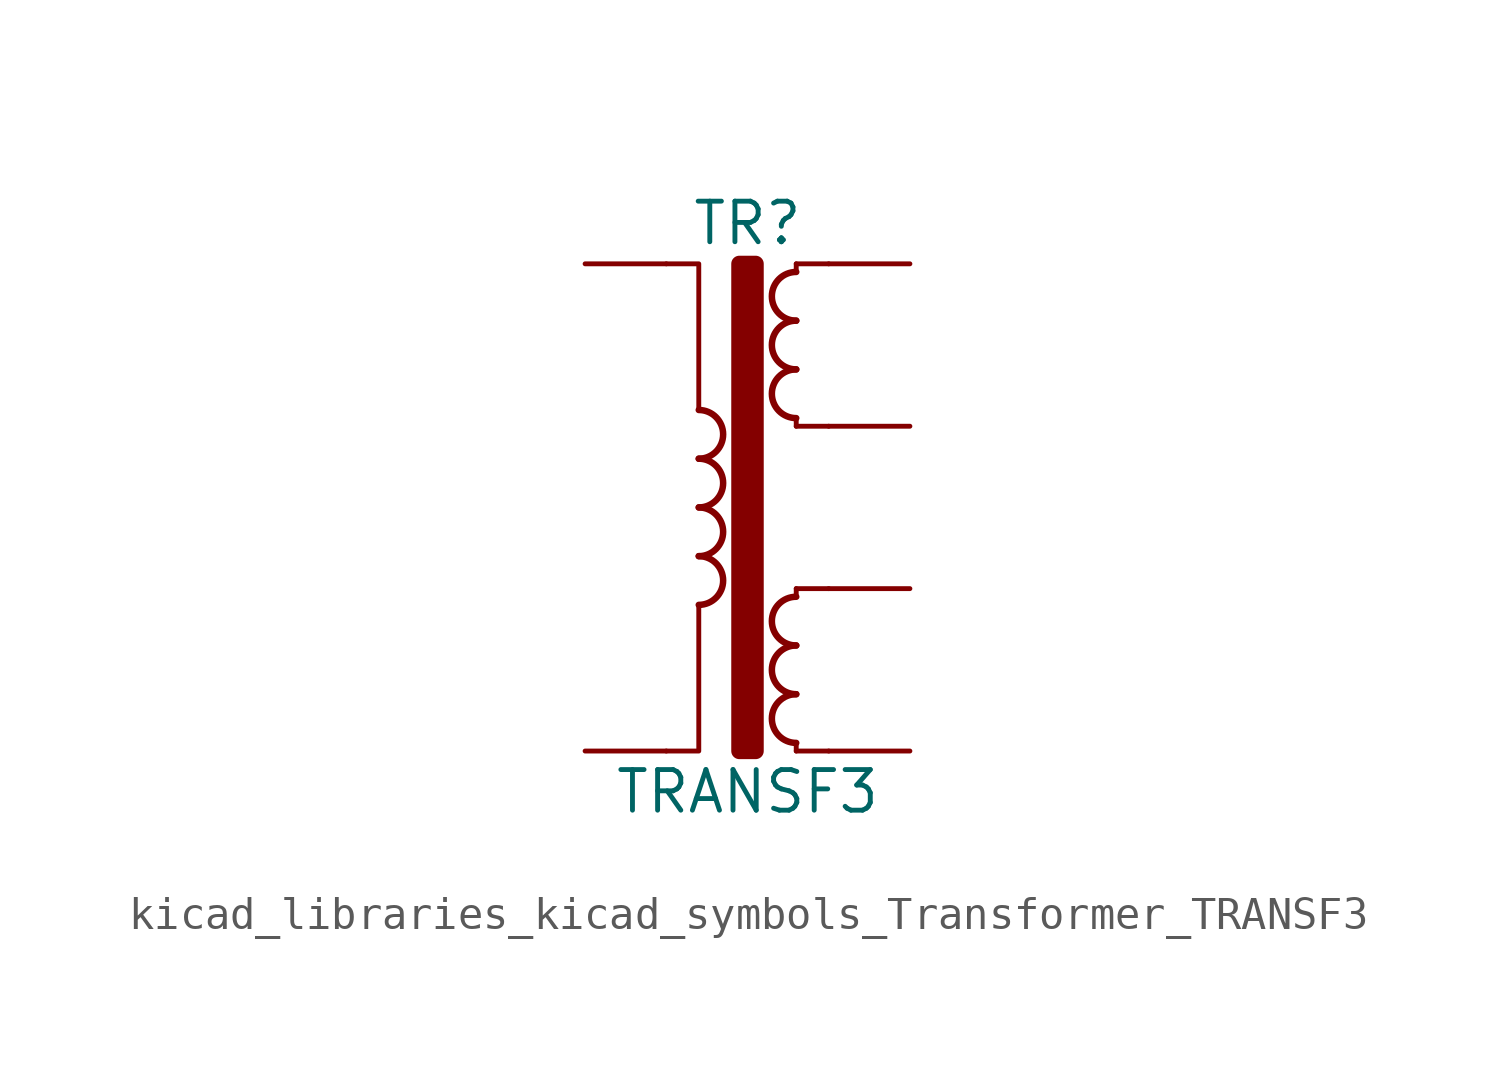
<source format=kicad_sym>
(kicad_symbol_lib
  (version 20220914)
  (generator kicad_symbol_editor)
  (symbol "kicad_libraries_kicad_symbols_Transformer_TRANSF3"
    (pin_numbers hide)
    (pin_names
      (offset 0))
    (property "Reference" "TR"
      (at 0 8.89 0)
      (effects (font (size 1.27 1.27))))
    (property "Value" "TRANSF3"
      (at 0 -8.89 0)
      (effects (font (size 1.27 1.27))))
    (symbol "kicad_libraries_kicad_symbols_Transformer_TRANSF3_0_1"
      (arc (start -1.524 -3.048) (mid -0.7653 -2.286) (end -1.524 -1.524) (stroke (width 0.2032) (type default)) (fill (type none)))
      (arc (start -1.524 -1.524) (mid -0.7653 -0.762) (end -1.524 0) (stroke (width 0.2032) (type default)) (fill (type none)))
      (arc (start -1.524 0) (mid -0.7653 0.762) (end -1.524 1.524) (stroke (width 0.2032) (type default)) (fill (type none)))
      (arc (start -1.524 1.524) (mid -0.7653 2.286) (end -1.524 3.048) (stroke (width 0.2032) (type default)) (fill (type none)))
      (rectangle (start -0.254 7.62) (end 0.254 -7.62) (stroke (width 0.508) (type default)) (fill (type outline)))
      (polyline (pts (xy -1.524 3.048) (xy -1.524 7.62) (xy -2.54 7.62)) (stroke (width 0) (type default)) (fill (type none)))
      (polyline (pts (xy 1.524 -7.366) (xy 1.524 -7.62) (xy 1.524 -7.62)) (stroke (width 0) (type default)) (fill (type outline)))
      (polyline (pts (xy 1.524 -2.54) (xy 1.524 -2.794) (xy 1.524 -2.794)) (stroke (width 0) (type default)) (fill (type outline)))
      (polyline (pts (xy 1.524 -2.54) (xy 2.54 -2.54) (xy 2.54 -2.54)) (stroke (width 0) (type default)) (fill (type none)))
      (polyline (pts (xy 1.524 2.54) (xy 1.524 2.794) (xy 1.524 2.794)) (stroke (width 0) (type default)) (fill (type outline)))
      (polyline (pts (xy 1.524 2.54) (xy 2.54 2.54) (xy 2.54 2.54)) (stroke (width 0) (type default)) (fill (type none)))
      (polyline (pts (xy 1.524 7.62) (xy 1.524 7.366) (xy 1.524 7.366)) (stroke (width 0) (type default)) (fill (type outline)))
      (polyline (pts (xy 1.524 7.62) (xy 2.54 7.62) (xy 2.54 7.62)) (stroke (width 0) (type default)) (fill (type none)))
      (polyline (pts (xy 2.54 -7.62) (xy 1.524 -7.62) (xy 1.524 -7.62)) (stroke (width 0) (type default)) (fill (type none)))
      (polyline (pts (xy -2.54 -7.62) (xy -1.524 -7.62) (xy -1.524 -3.048) (xy -1.524 -4.318)) (stroke (width 0) (type default)) (fill (type none)))
      (arc (start 1.524 -5.842) (mid 0.7653 -6.604) (end 1.524 -7.366) (stroke (width 0.2032) (type default)) (fill (type none)))
      (arc (start 1.524 -4.318) (mid 0.7653 -5.08) (end 1.524 -5.842) (stroke (width 0.2032) (type default)) (fill (type none)))
      (arc (start 1.524 -2.794) (mid 0.7653 -3.556) (end 1.524 -4.318) (stroke (width 0.2032) (type default)) (fill (type none)))
      (arc (start 1.524 4.318) (mid 0.7653 3.556) (end 1.524 2.794) (stroke (width 0.2032) (type default)) (fill (type none)))
      (arc (start 1.524 5.842) (mid 0.7653 5.08) (end 1.524 4.318) (stroke (width 0.2032) (type default)) (fill (type none)))
      (arc (start 1.524 7.366) (mid 0.7653 6.604) (end 1.524 5.842) (stroke (width 0.2032) (type default)) (fill (type none))))
    (symbol "kicad_libraries_kicad_symbols_Transformer_TRANSF3_1_1"
      (pin passive line (at -5.08 7.62 0) (length 2.54) (name "~" (effects (font (size 1.27 1.27)))) (number "1" (effects (font (size 1.27 1.27)))))
      (pin passive line (at -5.08 -7.62 0) (length 2.54) (name "~" (effects (font (size 1.27 1.27)))) (number "2" (effects (font (size 1.27 1.27)))))
      (pin passive line (at 5.08 7.62 180) (length 2.54) (name "~" (effects (font (size 1.27 1.27)))) (number "3" (effects (font (size 1.27 1.27)))))
      (pin passive line (at 5.08 2.54 180) (length 2.54) (name "~" (effects (font (size 1.27 1.27)))) (number "4" (effects (font (size 1.27 1.27)))))
      (pin passive line (at 5.08 -2.54 180) (length 2.54) (name "~" (effects (font (size 1.27 1.27)))) (number "5" (effects (font (size 1.27 1.27)))))
      (pin passive line (at 5.08 -7.62 180) (length 2.54) (name "~" (effects (font (size 1.27 1.27)))) (number "6" (effects (font (size 1.27 1.27))))))))
</source>
